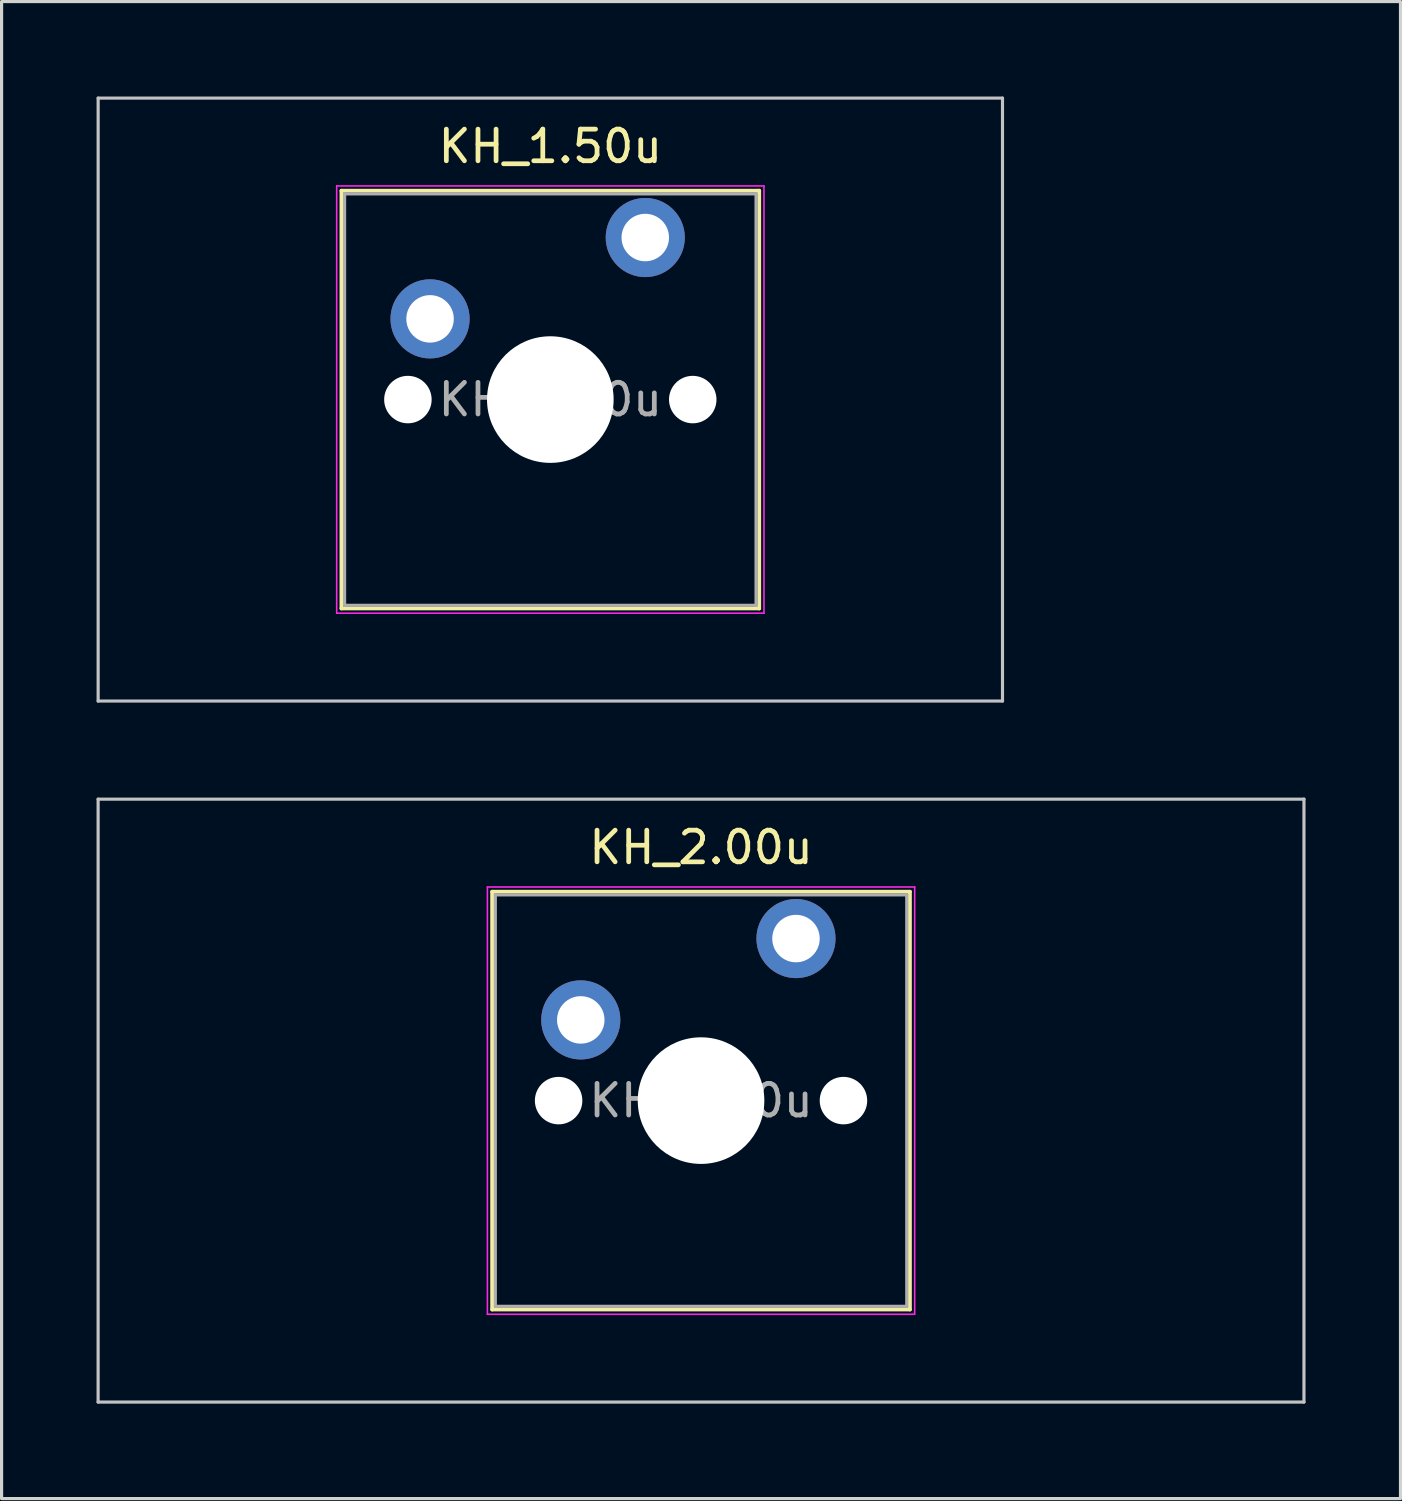
<source format=kicad_pcb>
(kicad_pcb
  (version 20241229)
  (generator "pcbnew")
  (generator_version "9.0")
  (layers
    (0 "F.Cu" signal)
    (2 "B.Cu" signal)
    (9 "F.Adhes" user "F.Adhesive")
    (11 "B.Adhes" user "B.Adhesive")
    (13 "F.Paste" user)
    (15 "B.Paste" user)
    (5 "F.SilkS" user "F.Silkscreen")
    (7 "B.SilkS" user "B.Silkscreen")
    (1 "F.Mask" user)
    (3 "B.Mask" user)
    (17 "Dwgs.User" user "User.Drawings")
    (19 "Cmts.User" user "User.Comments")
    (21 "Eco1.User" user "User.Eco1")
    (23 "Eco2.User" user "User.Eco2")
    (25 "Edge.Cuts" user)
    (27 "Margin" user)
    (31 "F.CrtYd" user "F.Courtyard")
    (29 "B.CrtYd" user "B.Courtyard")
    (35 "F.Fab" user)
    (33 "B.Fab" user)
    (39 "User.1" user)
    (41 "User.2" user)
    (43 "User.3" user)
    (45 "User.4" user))
  (footprint "KH_1.50u"
    (layer "F.Cu")
    (at 14.338 9.575)
    (property "Reference" "KH_1.50u" (at 0 -8 0) (layer "F.SilkS") (effects (font (size 1 1) (thickness 0.15))))
    (attr through_hole)
    (fp_line (start -6.6 -6.6) (end -6.6 6.6) (stroke (width 0.12) (type solid)) (layer "F.SilkS"))
    (fp_line (start -6.6 6.6) (end 6.6 6.6) (stroke (width 0.12) (type solid)) (layer "F.SilkS"))
    (fp_line (start 6.6 -6.6) (end -6.6 -6.6) (stroke (width 0.12) (type solid)) (layer "F.SilkS"))
    (fp_line (start 6.6 6.6) (end 6.6 -6.6) (stroke (width 0.12) (type solid)) (layer "F.SilkS"))
    (fp_line (start -14.287 -9.525) (end -14.287 9.525) (stroke (width 0.1) (type solid)) (layer "Dwgs.User"))
    (fp_line (start -14.287 9.525) (end 14.287 9.525) (stroke (width 0.1) (type solid)) (layer "Dwgs.User"))
    (fp_line (start 14.287 -9.525) (end -14.287 -9.525) (stroke (width 0.1) (type solid)) (layer "Dwgs.User"))
    (fp_line (start 14.287 9.525) (end 14.287 -9.525) (stroke (width 0.1) (type solid)) (layer "Dwgs.User"))
    (fp_line (start -6.1 -6.1) (end -6.1 6.1) (stroke (width 0.1) (type solid)) (layer "Eco1.User"))
    (fp_line (start -6.1 6.1) (end 6.1 6.1) (stroke (width 0.1) (type solid)) (layer "Eco1.User"))
    (fp_line (start 6.1 -6.1) (end -6.1 -6.1) (stroke (width 0.1) (type solid)) (layer "Eco1.User"))
    (fp_line (start 6.1 6.1) (end 6.1 -6.1) (stroke (width 0.1) (type solid)) (layer "Eco1.User"))
    (fp_line (start -6.75 -6.75) (end -6.75 6.75) (stroke (width 0.05) (type solid)) (layer "F.CrtYd"))
    (fp_line (start -6.75 6.75) (end 6.75 6.75) (stroke (width 0.05) (type solid)) (layer "F.CrtYd"))
    (fp_line (start 6.75 -6.75) (end -6.75 -6.75) (stroke (width 0.05) (type solid)) (layer "F.CrtYd"))
    (fp_line (start 6.75 6.75) (end 6.75 -6.75) (stroke (width 0.05) (type solid)) (layer "F.CrtYd"))
    (fp_line (start -6.5 -6.5) (end -6.5 6.5) (stroke (width 0.1) (type solid)) (layer "F.Fab"))
    (fp_line (start -6.5 6.5) (end 6.5 6.5) (stroke (width 0.1) (type solid)) (layer "F.Fab"))
    (fp_line (start 6.5 -6.5) (end -6.5 -6.5) (stroke (width 0.1) (type solid)) (layer "F.Fab"))
    (fp_line (start 6.5 6.5) (end 6.5 -6.5) (stroke (width 0.1) (type solid)) (layer "F.Fab"))
    (fp_text user "${REFERENCE}" (at 0 0 0) (layer "F.Fab") (effects (font (size 1 1) (thickness 0.15))))
    (pad "" np_thru_hole circle (at -4.5 0) (size 1.5 1.5) (drill 1.5) (layers "*.Cu" "*.Mask"))
    (pad "" np_thru_hole circle (at 0 0) (size 4 4) (drill 4) (layers "*.Cu" "*.Mask"))
    (pad "" np_thru_hole circle (at 4.5 0) (size 1.5 1.5) (drill 1.5) (layers "*.Cu" "*.Mask"))
    (pad "1" thru_hole circle (at -3.8 -2.55) (size 2.5 2.5) (drill 1.5) (layers "*.Cu" "*.Mask"))
    (pad "2" thru_hole circle (at 3 -5.12) (size 2.5 2.5) (drill 1.5) (layers "*.Cu" "*.Mask")))
  (footprint "KH_2.00u"
    (layer "F.Cu")
    (at 19.1 31.725)
    (property "Reference" "KH_2.00u" (at 0 -8 0) (layer "F.SilkS") (effects (font (size 1 1) (thickness 0.15))))
    (attr through_hole)
    (fp_line (start -6.6 -6.6) (end -6.6 6.6) (stroke (width 0.12) (type solid)) (layer "F.SilkS"))
    (fp_line (start -6.6 6.6) (end 6.6 6.6) (stroke (width 0.12) (type solid)) (layer "F.SilkS"))
    (fp_line (start 6.6 -6.6) (end -6.6 -6.6) (stroke (width 0.12) (type solid)) (layer "F.SilkS"))
    (fp_line (start 6.6 6.6) (end 6.6 -6.6) (stroke (width 0.12) (type solid)) (layer "F.SilkS"))
    (fp_line (start -19.05 -9.525) (end -19.05 9.525) (stroke (width 0.1) (type solid)) (layer "Dwgs.User"))
    (fp_line (start -19.05 9.525) (end 19.05 9.525) (stroke (width 0.1) (type solid)) (layer "Dwgs.User"))
    (fp_line (start 19.05 -9.525) (end -19.05 -9.525) (stroke (width 0.1) (type solid)) (layer "Dwgs.User"))
    (fp_line (start 19.05 9.525) (end 19.05 -9.525) (stroke (width 0.1) (type solid)) (layer "Dwgs.User"))
    (fp_line (start -6.1 -6.1) (end -6.1 6.1) (stroke (width 0.1) (type solid)) (layer "Eco1.User"))
    (fp_line (start -6.1 6.1) (end 6.1 6.1) (stroke (width 0.1) (type solid)) (layer "Eco1.User"))
    (fp_line (start 6.1 -6.1) (end -6.1 -6.1) (stroke (width 0.1) (type solid)) (layer "Eco1.User"))
    (fp_line (start 6.1 6.1) (end 6.1 -6.1) (stroke (width 0.1) (type solid)) (layer "Eco1.User"))
    (fp_line (start -6.75 -6.75) (end -6.75 6.75) (stroke (width 0.05) (type solid)) (layer "F.CrtYd"))
    (fp_line (start -6.75 6.75) (end 6.75 6.75) (stroke (width 0.05) (type solid)) (layer "F.CrtYd"))
    (fp_line (start 6.75 -6.75) (end -6.75 -6.75) (stroke (width 0.05) (type solid)) (layer "F.CrtYd"))
    (fp_line (start 6.75 6.75) (end 6.75 -6.75) (stroke (width 0.05) (type solid)) (layer "F.CrtYd"))
    (fp_line (start -6.5 -6.5) (end -6.5 6.5) (stroke (width 0.1) (type solid)) (layer "F.Fab"))
    (fp_line (start -6.5 6.5) (end 6.5 6.5) (stroke (width 0.1) (type solid)) (layer "F.Fab"))
    (fp_line (start 6.5 -6.5) (end -6.5 -6.5) (stroke (width 0.1) (type solid)) (layer "F.Fab"))
    (fp_line (start 6.5 6.5) (end 6.5 -6.5) (stroke (width 0.1) (type solid)) (layer "F.Fab"))
    (fp_text user "${REFERENCE}" (at 0 0 0) (layer "F.Fab") (effects (font (size 1 1) (thickness 0.15))))
    (pad "" np_thru_hole circle (at -4.5 0) (size 1.5 1.5) (drill 1.5) (layers "*.Cu" "*.Mask"))
    (pad "" np_thru_hole circle (at 0 0) (size 4 4) (drill 4) (layers "*.Cu" "*.Mask"))
    (pad "" np_thru_hole circle (at 4.5 0) (size 1.5 1.5) (drill 1.5) (layers "*.Cu" "*.Mask"))
    (pad "1" thru_hole circle (at -3.8 -2.55) (size 2.5 2.5) (drill 1.5) (layers "*.Cu" "*.Mask"))
    (pad "2" thru_hole circle (at 3 -5.12) (size 2.5 2.5) (drill 1.5) (layers "*.Cu" "*.Mask")))
  (gr_rect
    (start -3 -3)
    (end 41.2 44.3)
    (stroke (width 0.1) (type default))
    (fill no)
    (layer "Edge.Cuts")))
</source>
